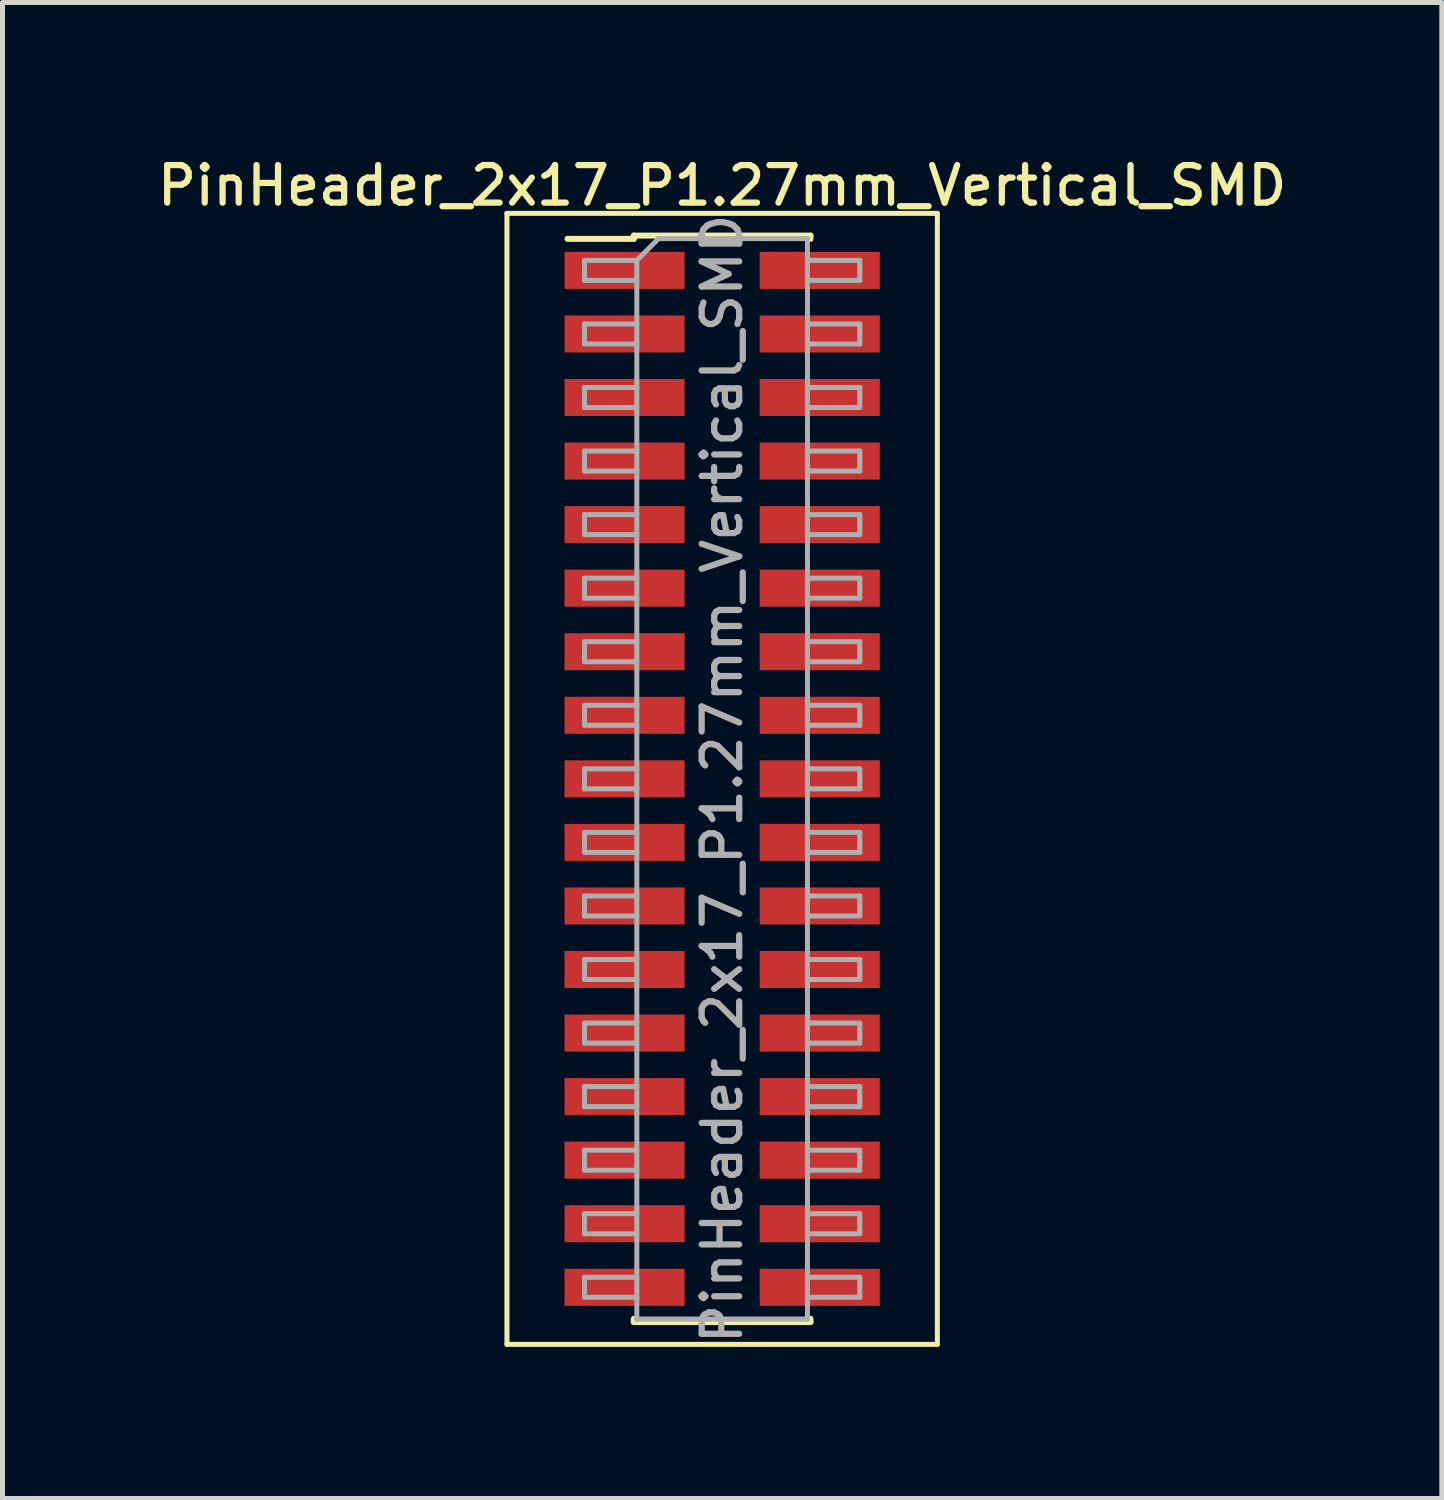
<source format=kicad_pcb>
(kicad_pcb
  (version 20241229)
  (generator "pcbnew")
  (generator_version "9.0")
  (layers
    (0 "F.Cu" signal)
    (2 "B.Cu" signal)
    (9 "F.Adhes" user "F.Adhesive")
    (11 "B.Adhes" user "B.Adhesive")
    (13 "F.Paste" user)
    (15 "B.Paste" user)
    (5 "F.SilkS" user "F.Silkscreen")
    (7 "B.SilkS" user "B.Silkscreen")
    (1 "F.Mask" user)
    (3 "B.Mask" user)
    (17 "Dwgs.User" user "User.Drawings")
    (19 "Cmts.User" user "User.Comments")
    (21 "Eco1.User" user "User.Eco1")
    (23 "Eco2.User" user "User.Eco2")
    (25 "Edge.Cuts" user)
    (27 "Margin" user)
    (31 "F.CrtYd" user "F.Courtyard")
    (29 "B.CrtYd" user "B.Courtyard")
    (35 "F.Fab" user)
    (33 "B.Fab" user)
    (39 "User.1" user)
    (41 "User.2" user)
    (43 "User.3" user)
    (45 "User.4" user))
  (footprint "PinHeader_2x17_P1.27mm_Vertical_SMD"
    (layer "F.Cu")
    (at 11.38 12.513)
    (property "Reference" "PinHeader_2x17_P1.27mm_Vertical_SMD" (at 0 -11.855 0) (layer "F.SilkS") (effects (font (size 0.75 0.75) (thickness 0.125))))
    (attr smd)
    (fp_line (start -4.3 -11.3) (end -4.3 11.3) (stroke (width 0.1) (type solid)) (layer "F.SilkS"))
    (fp_line (start -4.3 11.3) (end 4.3 11.3) (stroke (width 0.1) (type solid)) (layer "F.SilkS"))
    (fp_line (start -3.09 -10.79) (end -1.765 -10.79) (stroke (width 0.12) (type solid)) (layer "F.SilkS"))
    (fp_line (start -1.765 -10.855) (end -1.765 -10.79) (stroke (width 0.12) (type solid)) (layer "F.SilkS"))
    (fp_line (start -1.765 -10.855) (end 1.765 -10.855) (stroke (width 0.12) (type solid)) (layer "F.SilkS"))
    (fp_line (start -1.765 10.79) (end -1.765 10.855) (stroke (width 0.12) (type solid)) (layer "F.SilkS"))
    (fp_line (start -1.765 10.855) (end 1.765 10.855) (stroke (width 0.12) (type solid)) (layer "F.SilkS"))
    (fp_line (start 1.765 -10.855) (end 1.765 -10.79) (stroke (width 0.12) (type solid)) (layer "F.SilkS"))
    (fp_line (start 1.765 10.79) (end 1.765 10.855) (stroke (width 0.12) (type solid)) (layer "F.SilkS"))
    (fp_line (start 4.3 -11.3) (end -4.3 -11.3) (stroke (width 0.1) (type solid)) (layer "F.SilkS"))
    (fp_line (start 4.3 11.3) (end 4.3 -11.3) (stroke (width 0.1) (type solid)) (layer "F.SilkS"))
    (fp_line (start -2.75 -10.36) (end -2.75 -9.96) (stroke (width 0.1) (type solid)) (layer "F.Fab"))
    (fp_line (start -2.75 -9.96) (end -1.705 -9.96) (stroke (width 0.1) (type solid)) (layer "F.Fab"))
    (fp_line (start -2.75 -9.09) (end -2.75 -8.69) (stroke (width 0.1) (type solid)) (layer "F.Fab"))
    (fp_line (start -2.75 -8.69) (end -1.705 -8.69) (stroke (width 0.1) (type solid)) (layer "F.Fab"))
    (fp_line (start -2.75 -7.82) (end -2.75 -7.42) (stroke (width 0.1) (type solid)) (layer "F.Fab"))
    (fp_line (start -2.75 -7.42) (end -1.705 -7.42) (stroke (width 0.1) (type solid)) (layer "F.Fab"))
    (fp_line (start -2.75 -6.55) (end -2.75 -6.15) (stroke (width 0.1) (type solid)) (layer "F.Fab"))
    (fp_line (start -2.75 -6.15) (end -1.705 -6.15) (stroke (width 0.1) (type solid)) (layer "F.Fab"))
    (fp_line (start -2.75 -5.28) (end -2.75 -4.88) (stroke (width 0.1) (type solid)) (layer "F.Fab"))
    (fp_line (start -2.75 -4.88) (end -1.705 -4.88) (stroke (width 0.1) (type solid)) (layer "F.Fab"))
    (fp_line (start -2.75 -4.01) (end -2.75 -3.61) (stroke (width 0.1) (type solid)) (layer "F.Fab"))
    (fp_line (start -2.75 -3.61) (end -1.705 -3.61) (stroke (width 0.1) (type solid)) (layer "F.Fab"))
    (fp_line (start -2.75 -2.74) (end -2.75 -2.34) (stroke (width 0.1) (type solid)) (layer "F.Fab"))
    (fp_line (start -2.75 -2.34) (end -1.705 -2.34) (stroke (width 0.1) (type solid)) (layer "F.Fab"))
    (fp_line (start -2.75 -1.47) (end -2.75 -1.07) (stroke (width 0.1) (type solid)) (layer "F.Fab"))
    (fp_line (start -2.75 -1.07) (end -1.705 -1.07) (stroke (width 0.1) (type solid)) (layer "F.Fab"))
    (fp_line (start -2.75 -0.2) (end -2.75 0.2) (stroke (width 0.1) (type solid)) (layer "F.Fab"))
    (fp_line (start -2.75 0.2) (end -1.705 0.2) (stroke (width 0.1) (type solid)) (layer "F.Fab"))
    (fp_line (start -2.75 1.07) (end -2.75 1.47) (stroke (width 0.1) (type solid)) (layer "F.Fab"))
    (fp_line (start -2.75 1.47) (end -1.705 1.47) (stroke (width 0.1) (type solid)) (layer "F.Fab"))
    (fp_line (start -2.75 2.34) (end -2.75 2.74) (stroke (width 0.1) (type solid)) (layer "F.Fab"))
    (fp_line (start -2.75 2.74) (end -1.705 2.74) (stroke (width 0.1) (type solid)) (layer "F.Fab"))
    (fp_line (start -2.75 3.61) (end -2.75 4.01) (stroke (width 0.1) (type solid)) (layer "F.Fab"))
    (fp_line (start -2.75 4.01) (end -1.705 4.01) (stroke (width 0.1) (type solid)) (layer "F.Fab"))
    (fp_line (start -2.75 4.88) (end -2.75 5.28) (stroke (width 0.1) (type solid)) (layer "F.Fab"))
    (fp_line (start -2.75 5.28) (end -1.705 5.28) (stroke (width 0.1) (type solid)) (layer "F.Fab"))
    (fp_line (start -2.75 6.15) (end -2.75 6.55) (stroke (width 0.1) (type solid)) (layer "F.Fab"))
    (fp_line (start -2.75 6.55) (end -1.705 6.55) (stroke (width 0.1) (type solid)) (layer "F.Fab"))
    (fp_line (start -2.75 7.42) (end -2.75 7.82) (stroke (width 0.1) (type solid)) (layer "F.Fab"))
    (fp_line (start -2.75 7.82) (end -1.705 7.82) (stroke (width 0.1) (type solid)) (layer "F.Fab"))
    (fp_line (start -2.75 8.69) (end -2.75 9.09) (stroke (width 0.1) (type solid)) (layer "F.Fab"))
    (fp_line (start -2.75 9.09) (end -1.705 9.09) (stroke (width 0.1) (type solid)) (layer "F.Fab"))
    (fp_line (start -2.75 9.96) (end -2.75 10.36) (stroke (width 0.1) (type solid)) (layer "F.Fab"))
    (fp_line (start -2.75 10.36) (end -1.705 10.36) (stroke (width 0.1) (type solid)) (layer "F.Fab"))
    (fp_line (start -1.705 -10.36) (end -2.75 -10.36) (stroke (width 0.1) (type solid)) (layer "F.Fab"))
    (fp_line (start -1.705 -10.36) (end -1.27 -10.795) (stroke (width 0.1) (type solid)) (layer "F.Fab"))
    (fp_line (start -1.705 -9.09) (end -2.75 -9.09) (stroke (width 0.1) (type solid)) (layer "F.Fab"))
    (fp_line (start -1.705 -7.82) (end -2.75 -7.82) (stroke (width 0.1) (type solid)) (layer "F.Fab"))
    (fp_line (start -1.705 -6.55) (end -2.75 -6.55) (stroke (width 0.1) (type solid)) (layer "F.Fab"))
    (fp_line (start -1.705 -5.28) (end -2.75 -5.28) (stroke (width 0.1) (type solid)) (layer "F.Fab"))
    (fp_line (start -1.705 -4.01) (end -2.75 -4.01) (stroke (width 0.1) (type solid)) (layer "F.Fab"))
    (fp_line (start -1.705 -2.74) (end -2.75 -2.74) (stroke (width 0.1) (type solid)) (layer "F.Fab"))
    (fp_line (start -1.705 -1.47) (end -2.75 -1.47) (stroke (width 0.1) (type solid)) (layer "F.Fab"))
    (fp_line (start -1.705 -0.2) (end -2.75 -0.2) (stroke (width 0.1) (type solid)) (layer "F.Fab"))
    (fp_line (start -1.705 1.07) (end -2.75 1.07) (stroke (width 0.1) (type solid)) (layer "F.Fab"))
    (fp_line (start -1.705 2.34) (end -2.75 2.34) (stroke (width 0.1) (type solid)) (layer "F.Fab"))
    (fp_line (start -1.705 3.61) (end -2.75 3.61) (stroke (width 0.1) (type solid)) (layer "F.Fab"))
    (fp_line (start -1.705 4.88) (end -2.75 4.88) (stroke (width 0.1) (type solid)) (layer "F.Fab"))
    (fp_line (start -1.705 6.15) (end -2.75 6.15) (stroke (width 0.1) (type solid)) (layer "F.Fab"))
    (fp_line (start -1.705 7.42) (end -2.75 7.42) (stroke (width 0.1) (type solid)) (layer "F.Fab"))
    (fp_line (start -1.705 8.69) (end -2.75 8.69) (stroke (width 0.1) (type solid)) (layer "F.Fab"))
    (fp_line (start -1.705 9.96) (end -2.75 9.96) (stroke (width 0.1) (type solid)) (layer "F.Fab"))
    (fp_line (start -1.705 10.795) (end -1.705 -10.36) (stroke (width 0.1) (type solid)) (layer "F.Fab"))
    (fp_line (start -1.27 -10.795) (end 1.705 -10.795) (stroke (width 0.1) (type solid)) (layer "F.Fab"))
    (fp_line (start 1.705 -10.795) (end 1.705 10.795) (stroke (width 0.1) (type solid)) (layer "F.Fab"))
    (fp_line (start 1.705 -10.36) (end 2.75 -10.36) (stroke (width 0.1) (type solid)) (layer "F.Fab"))
    (fp_line (start 1.705 -9.09) (end 2.75 -9.09) (stroke (width 0.1) (type solid)) (layer "F.Fab"))
    (fp_line (start 1.705 -7.82) (end 2.75 -7.82) (stroke (width 0.1) (type solid)) (layer "F.Fab"))
    (fp_line (start 1.705 -6.55) (end 2.75 -6.55) (stroke (width 0.1) (type solid)) (layer "F.Fab"))
    (fp_line (start 1.705 -5.28) (end 2.75 -5.28) (stroke (width 0.1) (type solid)) (layer "F.Fab"))
    (fp_line (start 1.705 -4.01) (end 2.75 -4.01) (stroke (width 0.1) (type solid)) (layer "F.Fab"))
    (fp_line (start 1.705 -2.74) (end 2.75 -2.74) (stroke (width 0.1) (type solid)) (layer "F.Fab"))
    (fp_line (start 1.705 -1.47) (end 2.75 -1.47) (stroke (width 0.1) (type solid)) (layer "F.Fab"))
    (fp_line (start 1.705 -0.2) (end 2.75 -0.2) (stroke (width 0.1) (type solid)) (layer "F.Fab"))
    (fp_line (start 1.705 1.07) (end 2.75 1.07) (stroke (width 0.1) (type solid)) (layer "F.Fab"))
    (fp_line (start 1.705 2.34) (end 2.75 2.34) (stroke (width 0.1) (type solid)) (layer "F.Fab"))
    (fp_line (start 1.705 3.61) (end 2.75 3.61) (stroke (width 0.1) (type solid)) (layer "F.Fab"))
    (fp_line (start 1.705 4.88) (end 2.75 4.88) (stroke (width 0.1) (type solid)) (layer "F.Fab"))
    (fp_line (start 1.705 6.15) (end 2.75 6.15) (stroke (width 0.1) (type solid)) (layer "F.Fab"))
    (fp_line (start 1.705 7.42) (end 2.75 7.42) (stroke (width 0.1) (type solid)) (layer "F.Fab"))
    (fp_line (start 1.705 8.69) (end 2.75 8.69) (stroke (width 0.1) (type solid)) (layer "F.Fab"))
    (fp_line (start 1.705 9.96) (end 2.75 9.96) (stroke (width 0.1) (type solid)) (layer "F.Fab"))
    (fp_line (start 1.705 10.795) (end -1.705 10.795) (stroke (width 0.1) (type solid)) (layer "F.Fab"))
    (fp_line (start 2.75 -10.36) (end 2.75 -9.96) (stroke (width 0.1) (type solid)) (layer "F.Fab"))
    (fp_line (start 2.75 -9.96) (end 1.705 -9.96) (stroke (width 0.1) (type solid)) (layer "F.Fab"))
    (fp_line (start 2.75 -9.09) (end 2.75 -8.69) (stroke (width 0.1) (type solid)) (layer "F.Fab"))
    (fp_line (start 2.75 -8.69) (end 1.705 -8.69) (stroke (width 0.1) (type solid)) (layer "F.Fab"))
    (fp_line (start 2.75 -7.82) (end 2.75 -7.42) (stroke (width 0.1) (type solid)) (layer "F.Fab"))
    (fp_line (start 2.75 -7.42) (end 1.705 -7.42) (stroke (width 0.1) (type solid)) (layer "F.Fab"))
    (fp_line (start 2.75 -6.55) (end 2.75 -6.15) (stroke (width 0.1) (type solid)) (layer "F.Fab"))
    (fp_line (start 2.75 -6.15) (end 1.705 -6.15) (stroke (width 0.1) (type solid)) (layer "F.Fab"))
    (fp_line (start 2.75 -5.28) (end 2.75 -4.88) (stroke (width 0.1) (type solid)) (layer "F.Fab"))
    (fp_line (start 2.75 -4.88) (end 1.705 -4.88) (stroke (width 0.1) (type solid)) (layer "F.Fab"))
    (fp_line (start 2.75 -4.01) (end 2.75 -3.61) (stroke (width 0.1) (type solid)) (layer "F.Fab"))
    (fp_line (start 2.75 -3.61) (end 1.705 -3.61) (stroke (width 0.1) (type solid)) (layer "F.Fab"))
    (fp_line (start 2.75 -2.74) (end 2.75 -2.34) (stroke (width 0.1) (type solid)) (layer "F.Fab"))
    (fp_line (start 2.75 -2.34) (end 1.705 -2.34) (stroke (width 0.1) (type solid)) (layer "F.Fab"))
    (fp_line (start 2.75 -1.47) (end 2.75 -1.07) (stroke (width 0.1) (type solid)) (layer "F.Fab"))
    (fp_line (start 2.75 -1.07) (end 1.705 -1.07) (stroke (width 0.1) (type solid)) (layer "F.Fab"))
    (fp_line (start 2.75 -0.2) (end 2.75 0.2) (stroke (width 0.1) (type solid)) (layer "F.Fab"))
    (fp_line (start 2.75 0.2) (end 1.705 0.2) (stroke (width 0.1) (type solid)) (layer "F.Fab"))
    (fp_line (start 2.75 1.07) (end 2.75 1.47) (stroke (width 0.1) (type solid)) (layer "F.Fab"))
    (fp_line (start 2.75 1.47) (end 1.705 1.47) (stroke (width 0.1) (type solid)) (layer "F.Fab"))
    (fp_line (start 2.75 2.34) (end 2.75 2.74) (stroke (width 0.1) (type solid)) (layer "F.Fab"))
    (fp_line (start 2.75 2.74) (end 1.705 2.74) (stroke (width 0.1) (type solid)) (layer "F.Fab"))
    (fp_line (start 2.75 3.61) (end 2.75 4.01) (stroke (width 0.1) (type solid)) (layer "F.Fab"))
    (fp_line (start 2.75 4.01) (end 1.705 4.01) (stroke (width 0.1) (type solid)) (layer "F.Fab"))
    (fp_line (start 2.75 4.88) (end 2.75 5.28) (stroke (width 0.1) (type solid)) (layer "F.Fab"))
    (fp_line (start 2.75 5.28) (end 1.705 5.28) (stroke (width 0.1) (type solid)) (layer "F.Fab"))
    (fp_line (start 2.75 6.15) (end 2.75 6.55) (stroke (width 0.1) (type solid)) (layer "F.Fab"))
    (fp_line (start 2.75 6.55) (end 1.705 6.55) (stroke (width 0.1) (type solid)) (layer "F.Fab"))
    (fp_line (start 2.75 7.42) (end 2.75 7.82) (stroke (width 0.1) (type solid)) (layer "F.Fab"))
    (fp_line (start 2.75 7.82) (end 1.705 7.82) (stroke (width 0.1) (type solid)) (layer "F.Fab"))
    (fp_line (start 2.75 8.69) (end 2.75 9.09) (stroke (width 0.1) (type solid)) (layer "F.Fab"))
    (fp_line (start 2.75 9.09) (end 1.705 9.09) (stroke (width 0.1) (type solid)) (layer "F.Fab"))
    (fp_line (start 2.75 9.96) (end 2.75 10.36) (stroke (width 0.1) (type solid)) (layer "F.Fab"))
    (fp_line (start 2.75 10.36) (end 1.705 10.36) (stroke (width 0.1) (type solid)) (layer "F.Fab"))
    (fp_text user "${REFERENCE}" (at 0 0 90) (layer "F.Fab") (effects (font (size 0.75 0.75) (thickness 0.125))))
    (pad "1" smd rect (at -1.95 -10.16) (size 2.4 0.74) (layers "F.Cu" "F.Mask" "F.Paste"))
    (pad "2" smd rect (at 1.95 -10.16) (size 2.4 0.74) (layers "F.Cu" "F.Mask" "F.Paste"))
    (pad "3" smd rect (at -1.95 -8.89) (size 2.4 0.74) (layers "F.Cu" "F.Mask" "F.Paste"))
    (pad "4" smd rect (at 1.95 -8.89) (size 2.4 0.74) (layers "F.Cu" "F.Mask" "F.Paste"))
    (pad "5" smd rect (at -1.95 -7.62) (size 2.4 0.74) (layers "F.Cu" "F.Mask" "F.Paste"))
    (pad "6" smd rect (at 1.95 -7.62) (size 2.4 0.74) (layers "F.Cu" "F.Mask" "F.Paste"))
    (pad "7" smd rect (at -1.95 -6.35) (size 2.4 0.74) (layers "F.Cu" "F.Mask" "F.Paste"))
    (pad "8" smd rect (at 1.95 -6.35) (size 2.4 0.74) (layers "F.Cu" "F.Mask" "F.Paste"))
    (pad "9" smd rect (at -1.95 -5.08) (size 2.4 0.74) (layers "F.Cu" "F.Mask" "F.Paste"))
    (pad "10" smd rect (at 1.95 -5.08) (size 2.4 0.74) (layers "F.Cu" "F.Mask" "F.Paste"))
    (pad "11" smd rect (at -1.95 -3.81) (size 2.4 0.74) (layers "F.Cu" "F.Mask" "F.Paste"))
    (pad "12" smd rect (at 1.95 -3.81) (size 2.4 0.74) (layers "F.Cu" "F.Mask" "F.Paste"))
    (pad "13" smd rect (at -1.95 -2.54) (size 2.4 0.74) (layers "F.Cu" "F.Mask" "F.Paste"))
    (pad "14" smd rect (at 1.95 -2.54) (size 2.4 0.74) (layers "F.Cu" "F.Mask" "F.Paste"))
    (pad "15" smd rect (at -1.95 -1.27) (size 2.4 0.74) (layers "F.Cu" "F.Mask" "F.Paste"))
    (pad "16" smd rect (at 1.95 -1.27) (size 2.4 0.74) (layers "F.Cu" "F.Mask" "F.Paste"))
    (pad "17" smd rect (at -1.95 0) (size 2.4 0.74) (layers "F.Cu" "F.Mask" "F.Paste"))
    (pad "18" smd rect (at 1.95 0) (size 2.4 0.74) (layers "F.Cu" "F.Mask" "F.Paste"))
    (pad "19" smd rect (at -1.95 1.27) (size 2.4 0.74) (layers "F.Cu" "F.Mask" "F.Paste"))
    (pad "20" smd rect (at 1.95 1.27) (size 2.4 0.74) (layers "F.Cu" "F.Mask" "F.Paste"))
    (pad "21" smd rect (at -1.95 2.54) (size 2.4 0.74) (layers "F.Cu" "F.Mask" "F.Paste"))
    (pad "22" smd rect (at 1.95 2.54) (size 2.4 0.74) (layers "F.Cu" "F.Mask" "F.Paste"))
    (pad "23" smd rect (at -1.95 3.81) (size 2.4 0.74) (layers "F.Cu" "F.Mask" "F.Paste"))
    (pad "24" smd rect (at 1.95 3.81) (size 2.4 0.74) (layers "F.Cu" "F.Mask" "F.Paste"))
    (pad "25" smd rect (at -1.95 5.08) (size 2.4 0.74) (layers "F.Cu" "F.Mask" "F.Paste"))
    (pad "26" smd rect (at 1.95 5.08) (size 2.4 0.74) (layers "F.Cu" "F.Mask" "F.Paste"))
    (pad "27" smd rect (at -1.95 6.35) (size 2.4 0.74) (layers "F.Cu" "F.Mask" "F.Paste"))
    (pad "28" smd rect (at 1.95 6.35) (size 2.4 0.74) (layers "F.Cu" "F.Mask" "F.Paste"))
    (pad "29" smd rect (at -1.95 7.62) (size 2.4 0.74) (layers "F.Cu" "F.Mask" "F.Paste"))
    (pad "30" smd rect (at 1.95 7.62) (size 2.4 0.74) (layers "F.Cu" "F.Mask" "F.Paste"))
    (pad "31" smd rect (at -1.95 8.89) (size 2.4 0.74) (layers "F.Cu" "F.Mask" "F.Paste"))
    (pad "32" smd rect (at 1.95 8.89) (size 2.4 0.74) (layers "F.Cu" "F.Mask" "F.Paste"))
    (pad "33" smd rect (at -1.95 10.16) (size 2.4 0.74) (layers "F.Cu" "F.Mask" "F.Paste"))
    (pad "34" smd rect (at 1.95 10.16) (size 2.4 0.74) (layers "F.Cu" "F.Mask" "F.Paste")))
  (gr_rect
    (start -3 -3)
    (end 25.761 26.893)
    (stroke (width 0.1) (type default))
    (fill no)
    (layer "Edge.Cuts")))
</source>
